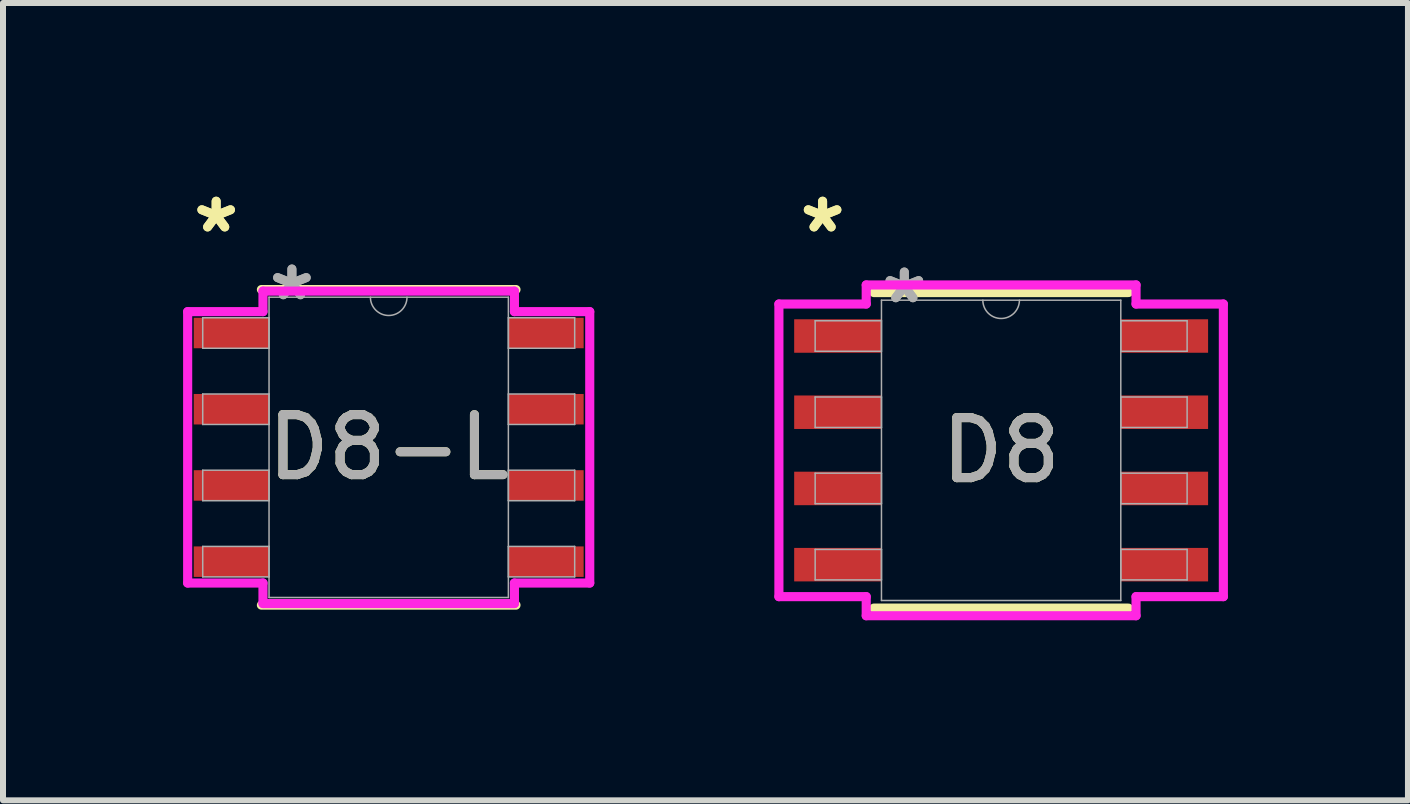
<source format=kicad_pcb>
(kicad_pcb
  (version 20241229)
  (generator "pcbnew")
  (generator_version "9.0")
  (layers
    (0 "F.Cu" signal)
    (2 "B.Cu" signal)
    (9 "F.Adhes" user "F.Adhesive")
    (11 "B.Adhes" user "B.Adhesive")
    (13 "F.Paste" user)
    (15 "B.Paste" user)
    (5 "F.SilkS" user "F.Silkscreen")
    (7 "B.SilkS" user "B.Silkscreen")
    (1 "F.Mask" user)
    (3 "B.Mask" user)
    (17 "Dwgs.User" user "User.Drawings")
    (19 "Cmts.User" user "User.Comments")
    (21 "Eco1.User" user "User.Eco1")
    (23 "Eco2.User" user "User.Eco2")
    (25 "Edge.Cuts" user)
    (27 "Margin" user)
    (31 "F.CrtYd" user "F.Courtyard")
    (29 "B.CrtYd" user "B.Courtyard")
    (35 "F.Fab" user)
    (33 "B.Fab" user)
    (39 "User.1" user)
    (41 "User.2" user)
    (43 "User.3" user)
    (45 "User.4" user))
  (footprint "D8"
    (layer "F.Cu")
    (at 13.632 4.454)
    (property "Reference" "D8" (at 0 0 0) (unlocked yes) (layer "F.SilkS") (effects (font (size 1 1) (thickness 0.15))))
    (attr smd)
    (fp_line (start -2.121 2.629) (end 2.121 2.629) (stroke (width 0.152) (type solid)) (layer "F.SilkS"))
    (fp_line (start 2.121 -2.629) (end -2.121 -2.629) (stroke (width 0.152) (type solid)) (layer "F.SilkS"))
    (fp_line (start -3.703 -2.438) (end -2.248 -2.438) (stroke (width 0.152) (type solid)) (layer "F.CrtYd"))
    (fp_line (start -3.703 2.438) (end -3.703 -2.438) (stroke (width 0.152) (type solid)) (layer "F.CrtYd"))
    (fp_line (start -3.703 2.438) (end -2.248 2.438) (stroke (width 0.152) (type solid)) (layer "F.CrtYd"))
    (fp_line (start -2.248 -2.756) (end 2.248 -2.756) (stroke (width 0.152) (type solid)) (layer "F.CrtYd"))
    (fp_line (start -2.248 -2.438) (end -2.248 -2.756) (stroke (width 0.152) (type solid)) (layer "F.CrtYd"))
    (fp_line (start -2.248 2.756) (end -2.248 2.438) (stroke (width 0.152) (type solid)) (layer "F.CrtYd"))
    (fp_line (start 2.248 -2.756) (end 2.248 -2.438) (stroke (width 0.152) (type solid)) (layer "F.CrtYd"))
    (fp_line (start 2.248 2.438) (end 2.248 2.756) (stroke (width 0.152) (type solid)) (layer "F.CrtYd"))
    (fp_line (start 2.248 2.756) (end -2.248 2.756) (stroke (width 0.152) (type solid)) (layer "F.CrtYd"))
    (fp_line (start 3.703 -2.438) (end 2.248 -2.438) (stroke (width 0.152) (type solid)) (layer "F.CrtYd"))
    (fp_line (start 3.703 -2.438) (end 3.703 2.438) (stroke (width 0.152) (type solid)) (layer "F.CrtYd"))
    (fp_line (start 3.703 2.438) (end 2.248 2.438) (stroke (width 0.152) (type solid)) (layer "F.CrtYd"))
    (fp_line (start -3.099 -2.159) (end -3.099 -1.651) (stroke (width 0.025) (type solid)) (layer "F.Fab"))
    (fp_line (start -3.099 -1.651) (end -1.994 -1.651) (stroke (width 0.025) (type solid)) (layer "F.Fab"))
    (fp_line (start -3.099 -0.889) (end -3.099 -0.381) (stroke (width 0.025) (type solid)) (layer "F.Fab"))
    (fp_line (start -3.099 -0.381) (end -1.994 -0.381) (stroke (width 0.025) (type solid)) (layer "F.Fab"))
    (fp_line (start -3.099 0.381) (end -3.099 0.889) (stroke (width 0.025) (type solid)) (layer "F.Fab"))
    (fp_line (start -3.099 0.889) (end -1.994 0.889) (stroke (width 0.025) (type solid)) (layer "F.Fab"))
    (fp_line (start -3.099 1.651) (end -3.099 2.159) (stroke (width 0.025) (type solid)) (layer "F.Fab"))
    (fp_line (start -3.099 2.159) (end -1.994 2.159) (stroke (width 0.025) (type solid)) (layer "F.Fab"))
    (fp_line (start -1.994 -2.502) (end -1.994 2.502) (stroke (width 0.025) (type solid)) (layer "F.Fab"))
    (fp_line (start -1.994 -2.159) (end -3.099 -2.159) (stroke (width 0.025) (type solid)) (layer "F.Fab"))
    (fp_line (start -1.994 -1.651) (end -1.994 -2.159) (stroke (width 0.025) (type solid)) (layer "F.Fab"))
    (fp_line (start -1.994 -0.889) (end -3.099 -0.889) (stroke (width 0.025) (type solid)) (layer "F.Fab"))
    (fp_line (start -1.994 -0.381) (end -1.994 -0.889) (stroke (width 0.025) (type solid)) (layer "F.Fab"))
    (fp_line (start -1.994 0.381) (end -3.099 0.381) (stroke (width 0.025) (type solid)) (layer "F.Fab"))
    (fp_line (start -1.994 0.889) (end -1.994 0.381) (stroke (width 0.025) (type solid)) (layer "F.Fab"))
    (fp_line (start -1.994 1.651) (end -3.099 1.651) (stroke (width 0.025) (type solid)) (layer "F.Fab"))
    (fp_line (start -1.994 2.159) (end -1.994 1.651) (stroke (width 0.025) (type solid)) (layer "F.Fab"))
    (fp_line (start -1.994 2.502) (end 1.994 2.502) (stroke (width 0.025) (type solid)) (layer "F.Fab"))
    (fp_line (start 1.994 -2.502) (end -1.994 -2.502) (stroke (width 0.025) (type solid)) (layer "F.Fab"))
    (fp_line (start 1.994 -2.159) (end 1.994 -1.651) (stroke (width 0.025) (type solid)) (layer "F.Fab"))
    (fp_line (start 1.994 -1.651) (end 3.099 -1.651) (stroke (width 0.025) (type solid)) (layer "F.Fab"))
    (fp_line (start 1.994 -0.889) (end 1.994 -0.381) (stroke (width 0.025) (type solid)) (layer "F.Fab"))
    (fp_line (start 1.994 -0.381) (end 3.099 -0.381) (stroke (width 0.025) (type solid)) (layer "F.Fab"))
    (fp_line (start 1.994 0.381) (end 1.994 0.889) (stroke (width 0.025) (type solid)) (layer "F.Fab"))
    (fp_line (start 1.994 0.889) (end 3.099 0.889) (stroke (width 0.025) (type solid)) (layer "F.Fab"))
    (fp_line (start 1.994 1.651) (end 1.994 2.159) (stroke (width 0.025) (type solid)) (layer "F.Fab"))
    (fp_line (start 1.994 2.159) (end 3.099 2.159) (stroke (width 0.025) (type solid)) (layer "F.Fab"))
    (fp_line (start 1.994 2.502) (end 1.994 -2.502) (stroke (width 0.025) (type solid)) (layer "F.Fab"))
    (fp_line (start 3.099 -2.159) (end 1.994 -2.159) (stroke (width 0.025) (type solid)) (layer "F.Fab"))
    (fp_line (start 3.099 -1.651) (end 3.099 -2.159) (stroke (width 0.025) (type solid)) (layer "F.Fab"))
    (fp_line (start 3.099 -0.889) (end 1.994 -0.889) (stroke (width 0.025) (type solid)) (layer "F.Fab"))
    (fp_line (start 3.099 -0.381) (end 3.099 -0.889) (stroke (width 0.025) (type solid)) (layer "F.Fab"))
    (fp_line (start 3.099 0.381) (end 1.994 0.381) (stroke (width 0.025) (type solid)) (layer "F.Fab"))
    (fp_line (start 3.099 0.889) (end 3.099 0.381) (stroke (width 0.025) (type solid)) (layer "F.Fab"))
    (fp_line (start 3.099 1.651) (end 1.994 1.651) (stroke (width 0.025) (type solid)) (layer "F.Fab"))
    (fp_line (start 3.099 2.159) (end 3.099 1.651) (stroke (width 0.025) (type solid)) (layer "F.Fab"))
    (fp_arc (start 0.3048 -2.5019) (mid 0 -2.1971) (end -0.3048 -2.5019) (stroke (width 0.0254) (type solid)) (layer "F.Fab"))
    (fp_text user "*" (at -2.975 -3.606 0) (layer "F.SilkS") (effects (font (size 1 1) (thickness 0.15))))
    (fp_text user "*" (at -2.975 -3.606 0) (unlocked yes) (layer "F.SilkS") (effects (font (size 1 1) (thickness 0.15))))
    (fp_text user "*" (at -1.613 -2.426 0) (unlocked yes) (layer "F.Fab") (effects (font (size 1 1) (thickness 0.15))))
    (fp_text user "*" (at -1.613 -2.426 0) (layer "F.Fab") (effects (font (size 1 1) (thickness 0.15))))
    (fp_text user "${REFERENCE}" (at 0 0 0) (unlocked yes) (layer "F.Fab") (effects (font (size 1 1) (thickness 0.15))))
    (pad "1" smd rect (at -2.721 -1.905) (size 1.455 0.558) (layers "F.Cu" "F.Mask" "F.Paste"))
    (pad "2" smd rect (at -2.721 -0.635) (size 1.455 0.558) (layers "F.Cu" "F.Mask" "F.Paste"))
    (pad "3" smd rect (at -2.721 0.635) (size 1.455 0.558) (layers "F.Cu" "F.Mask" "F.Paste"))
    (pad "4" smd rect (at -2.721 1.905) (size 1.455 0.558) (layers "F.Cu" "F.Mask" "F.Paste"))
    (pad "5" smd rect (at 2.721 1.905) (size 1.455 0.558) (layers "F.Cu" "F.Mask" "F.Paste"))
    (pad "6" smd rect (at 2.721 0.635) (size 1.455 0.558) (layers "F.Cu" "F.Mask" "F.Paste"))
    (pad "7" smd rect (at 2.721 -0.635) (size 1.455 0.558) (layers "F.Cu" "F.Mask" "F.Paste"))
    (pad "8" smd rect (at 2.721 -1.905) (size 1.455 0.558) (layers "F.Cu" "F.Mask" "F.Paste")))
  (footprint "D8-L"
    (layer "F.Cu")
    (at 3.427 4.404)
    (property "Reference" "D8-L" (at 0 0 0) (unlocked yes) (layer "F.SilkS") (effects (font (size 1 1) (thickness 0.15))))
    (attr smd)
    (fp_line (start -2.121 2.629) (end 2.121 2.629) (stroke (width 0.152) (type solid)) (layer "F.SilkS"))
    (fp_line (start 2.121 -2.629) (end -2.121 -2.629) (stroke (width 0.152) (type solid)) (layer "F.SilkS"))
    (fp_line (start -3.35 -2.261) (end -2.095 -2.261) (stroke (width 0.152) (type solid)) (layer "F.CrtYd"))
    (fp_line (start -3.35 2.261) (end -3.35 -2.261) (stroke (width 0.152) (type solid)) (layer "F.CrtYd"))
    (fp_line (start -3.35 2.261) (end -2.095 2.261) (stroke (width 0.152) (type solid)) (layer "F.CrtYd"))
    (fp_line (start -2.095 -2.603) (end 2.095 -2.603) (stroke (width 0.152) (type solid)) (layer "F.CrtYd"))
    (fp_line (start -2.095 -2.261) (end -2.095 -2.603) (stroke (width 0.152) (type solid)) (layer "F.CrtYd"))
    (fp_line (start -2.095 2.603) (end -2.095 2.261) (stroke (width 0.152) (type solid)) (layer "F.CrtYd"))
    (fp_line (start 2.095 -2.603) (end 2.095 -2.261) (stroke (width 0.152) (type solid)) (layer "F.CrtYd"))
    (fp_line (start 2.095 2.261) (end 2.095 2.603) (stroke (width 0.152) (type solid)) (layer "F.CrtYd"))
    (fp_line (start 2.095 2.603) (end -2.095 2.603) (stroke (width 0.152) (type solid)) (layer "F.CrtYd"))
    (fp_line (start 3.35 -2.261) (end 2.095 -2.261) (stroke (width 0.152) (type solid)) (layer "F.CrtYd"))
    (fp_line (start 3.35 -2.261) (end 3.35 2.261) (stroke (width 0.152) (type solid)) (layer "F.CrtYd"))
    (fp_line (start 3.35 2.261) (end 2.095 2.261) (stroke (width 0.152) (type solid)) (layer "F.CrtYd"))
    (fp_line (start -3.099 -2.159) (end -3.099 -1.651) (stroke (width 0.025) (type solid)) (layer "F.Fab"))
    (fp_line (start -3.099 -1.651) (end -1.994 -1.651) (stroke (width 0.025) (type solid)) (layer "F.Fab"))
    (fp_line (start -3.099 -0.889) (end -3.099 -0.381) (stroke (width 0.025) (type solid)) (layer "F.Fab"))
    (fp_line (start -3.099 -0.381) (end -1.994 -0.381) (stroke (width 0.025) (type solid)) (layer "F.Fab"))
    (fp_line (start -3.099 0.381) (end -3.099 0.889) (stroke (width 0.025) (type solid)) (layer "F.Fab"))
    (fp_line (start -3.099 0.889) (end -1.994 0.889) (stroke (width 0.025) (type solid)) (layer "F.Fab"))
    (fp_line (start -3.099 1.651) (end -3.099 2.159) (stroke (width 0.025) (type solid)) (layer "F.Fab"))
    (fp_line (start -3.099 2.159) (end -1.994 2.159) (stroke (width 0.025) (type solid)) (layer "F.Fab"))
    (fp_line (start -1.994 -2.502) (end -1.994 2.502) (stroke (width 0.025) (type solid)) (layer "F.Fab"))
    (fp_line (start -1.994 -2.159) (end -3.099 -2.159) (stroke (width 0.025) (type solid)) (layer "F.Fab"))
    (fp_line (start -1.994 -1.651) (end -1.994 -2.159) (stroke (width 0.025) (type solid)) (layer "F.Fab"))
    (fp_line (start -1.994 -0.889) (end -3.099 -0.889) (stroke (width 0.025) (type solid)) (layer "F.Fab"))
    (fp_line (start -1.994 -0.381) (end -1.994 -0.889) (stroke (width 0.025) (type solid)) (layer "F.Fab"))
    (fp_line (start -1.994 0.381) (end -3.099 0.381) (stroke (width 0.025) (type solid)) (layer "F.Fab"))
    (fp_line (start -1.994 0.889) (end -1.994 0.381) (stroke (width 0.025) (type solid)) (layer "F.Fab"))
    (fp_line (start -1.994 1.651) (end -3.099 1.651) (stroke (width 0.025) (type solid)) (layer "F.Fab"))
    (fp_line (start -1.994 2.159) (end -1.994 1.651) (stroke (width 0.025) (type solid)) (layer "F.Fab"))
    (fp_line (start -1.994 2.502) (end 1.994 2.502) (stroke (width 0.025) (type solid)) (layer "F.Fab"))
    (fp_line (start 1.994 -2.502) (end -1.994 -2.502) (stroke (width 0.025) (type solid)) (layer "F.Fab"))
    (fp_line (start 1.994 -2.159) (end 1.994 -1.651) (stroke (width 0.025) (type solid)) (layer "F.Fab"))
    (fp_line (start 1.994 -1.651) (end 3.099 -1.651) (stroke (width 0.025) (type solid)) (layer "F.Fab"))
    (fp_line (start 1.994 -0.889) (end 1.994 -0.381) (stroke (width 0.025) (type solid)) (layer "F.Fab"))
    (fp_line (start 1.994 -0.381) (end 3.099 -0.381) (stroke (width 0.025) (type solid)) (layer "F.Fab"))
    (fp_line (start 1.994 0.381) (end 1.994 0.889) (stroke (width 0.025) (type solid)) (layer "F.Fab"))
    (fp_line (start 1.994 0.889) (end 3.099 0.889) (stroke (width 0.025) (type solid)) (layer "F.Fab"))
    (fp_line (start 1.994 1.651) (end 1.994 2.159) (stroke (width 0.025) (type solid)) (layer "F.Fab"))
    (fp_line (start 1.994 2.159) (end 3.099 2.159) (stroke (width 0.025) (type solid)) (layer "F.Fab"))
    (fp_line (start 1.994 2.502) (end 1.994 -2.502) (stroke (width 0.025) (type solid)) (layer "F.Fab"))
    (fp_line (start 3.099 -2.159) (end 1.994 -2.159) (stroke (width 0.025) (type solid)) (layer "F.Fab"))
    (fp_line (start 3.099 -1.651) (end 3.099 -2.159) (stroke (width 0.025) (type solid)) (layer "F.Fab"))
    (fp_line (start 3.099 -0.889) (end 1.994 -0.889) (stroke (width 0.025) (type solid)) (layer "F.Fab"))
    (fp_line (start 3.099 -0.381) (end 3.099 -0.889) (stroke (width 0.025) (type solid)) (layer "F.Fab"))
    (fp_line (start 3.099 0.381) (end 1.994 0.381) (stroke (width 0.025) (type solid)) (layer "F.Fab"))
    (fp_line (start 3.099 0.889) (end 3.099 0.381) (stroke (width 0.025) (type solid)) (layer "F.Fab"))
    (fp_line (start 3.099 1.651) (end 1.994 1.651) (stroke (width 0.025) (type solid)) (layer "F.Fab"))
    (fp_line (start 3.099 2.159) (end 3.099 1.651) (stroke (width 0.025) (type solid)) (layer "F.Fab"))
    (fp_arc (start 0.3048 -2.5019) (mid 0 -2.1971) (end -0.3048 -2.5019) (stroke (width 0.0254) (type solid)) (layer "F.Fab"))
    (fp_text user "*" (at -2.875 -3.556 0) (unlocked yes) (layer "F.SilkS") (effects (font (size 1 1) (thickness 0.15))))
    (fp_text user "*" (at -2.875 -3.556 0) (layer "F.SilkS") (effects (font (size 1 1) (thickness 0.15))))
    (fp_text user "*" (at -1.613 -2.426 0) (unlocked yes) (layer "F.Fab") (effects (font (size 1 1) (thickness 0.15))))
    (fp_text user "*" (at -1.613 -2.426 0) (layer "F.Fab") (effects (font (size 1 1) (thickness 0.15))))
    (fp_text user "${REFERENCE}" (at 0 0 0) (unlocked yes) (layer "F.Fab") (effects (font (size 1 1) (thickness 0.15))))
    (pad "1" smd rect (at -2.621 -1.905) (size 1.255 0.508) (layers "F.Cu" "F.Mask" "F.Paste"))
    (pad "2" smd rect (at -2.621 -0.635) (size 1.255 0.508) (layers "F.Cu" "F.Mask" "F.Paste"))
    (pad "3" smd rect (at -2.621 0.635) (size 1.255 0.508) (layers "F.Cu" "F.Mask" "F.Paste"))
    (pad "4" smd rect (at -2.621 1.905) (size 1.255 0.508) (layers "F.Cu" "F.Mask" "F.Paste"))
    (pad "5" smd rect (at 2.621 1.905) (size 1.255 0.508) (layers "F.Cu" "F.Mask" "F.Paste"))
    (pad "6" smd rect (at 2.621 0.635) (size 1.255 0.508) (layers "F.Cu" "F.Mask" "F.Paste"))
    (pad "7" smd rect (at 2.621 -0.635) (size 1.255 0.508) (layers "F.Cu" "F.Mask" "F.Paste"))
    (pad "8" smd rect (at 2.621 -1.905) (size 1.255 0.508) (layers "F.Cu" "F.Mask" "F.Paste")))
  (gr_rect
    (start -3 -3)
    (end 20.411 10.286)
    (stroke (width 0.1) (type default))
    (fill no)
    (layer "Edge.Cuts")))
</source>
